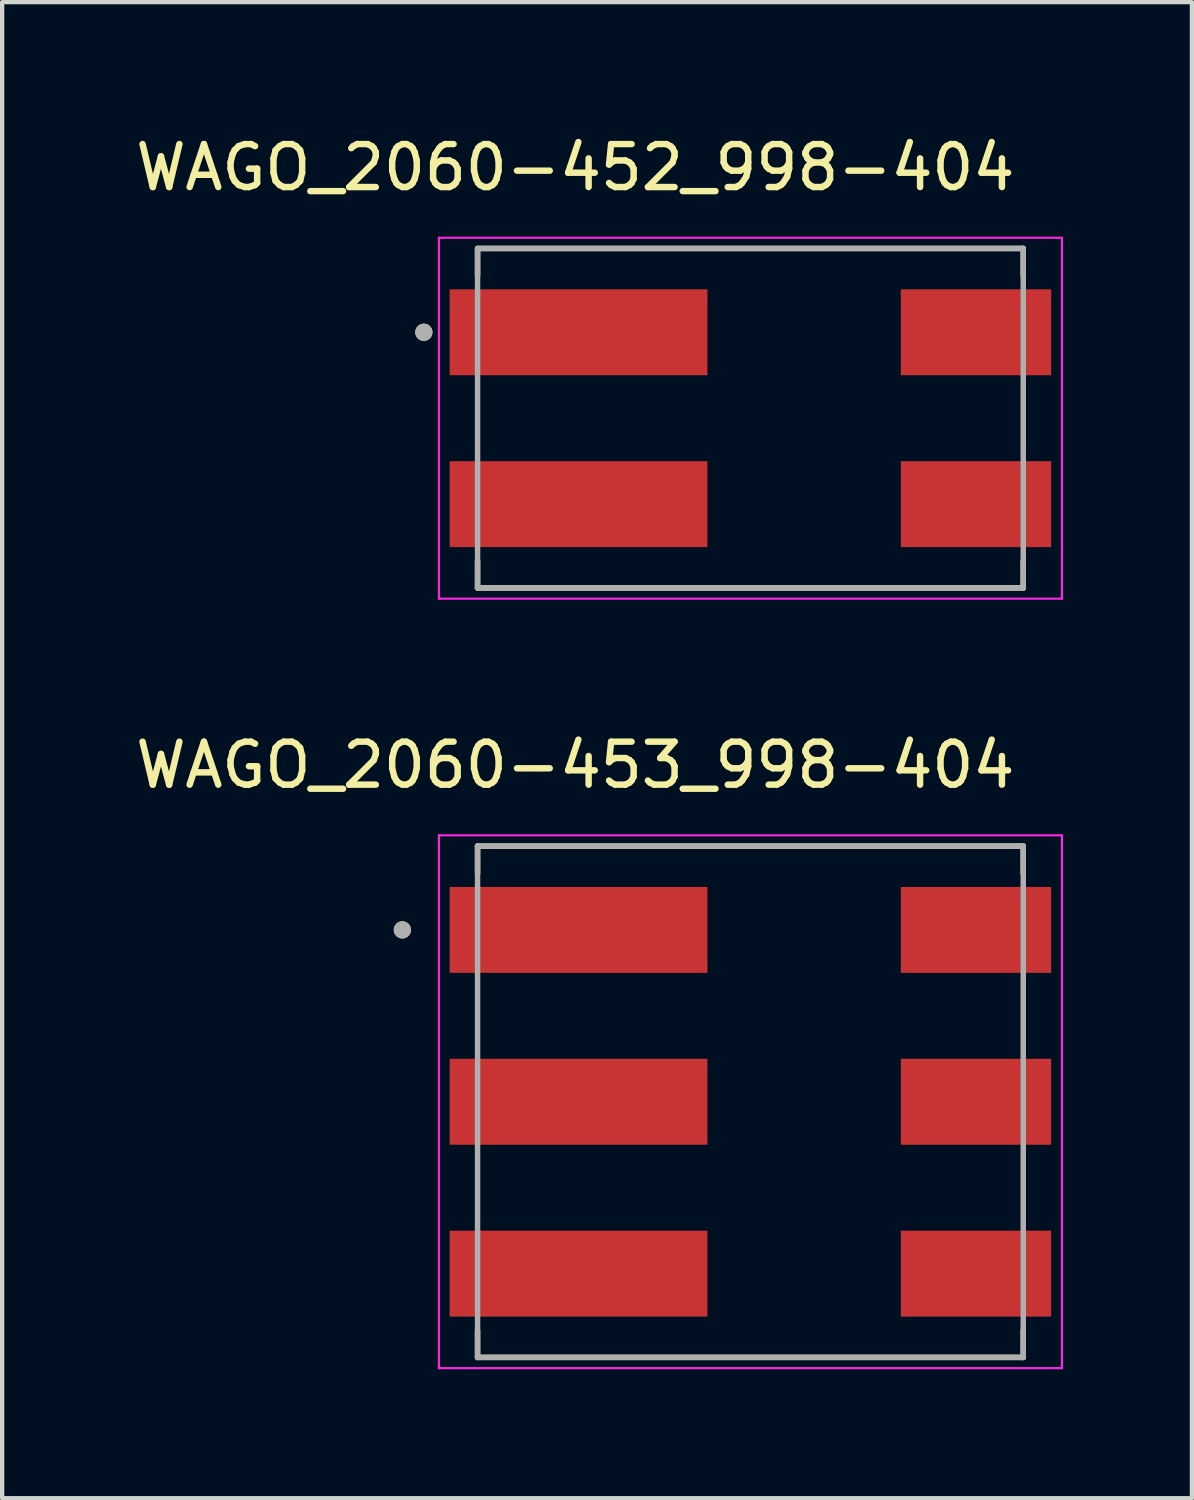
<source format=kicad_pcb>
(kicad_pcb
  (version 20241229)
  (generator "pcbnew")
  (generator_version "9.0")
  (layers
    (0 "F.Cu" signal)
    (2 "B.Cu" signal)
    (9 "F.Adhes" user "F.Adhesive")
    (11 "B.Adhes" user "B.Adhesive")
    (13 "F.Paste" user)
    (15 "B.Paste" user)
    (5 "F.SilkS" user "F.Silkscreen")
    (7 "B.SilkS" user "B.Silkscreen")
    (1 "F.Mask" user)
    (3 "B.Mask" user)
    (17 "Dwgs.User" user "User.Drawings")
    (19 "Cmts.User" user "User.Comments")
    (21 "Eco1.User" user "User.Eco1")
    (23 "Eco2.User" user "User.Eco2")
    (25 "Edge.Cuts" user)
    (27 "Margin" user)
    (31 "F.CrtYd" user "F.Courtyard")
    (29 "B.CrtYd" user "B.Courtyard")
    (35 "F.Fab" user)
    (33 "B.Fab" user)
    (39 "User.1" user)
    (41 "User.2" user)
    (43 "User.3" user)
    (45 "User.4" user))
  (footprint "WAGO_2060-452_998-404"
    (layer "F.Cu")
    (at 14.414 6.683)
    (property "Reference" "WAGO_2060-452_998-404" (at -4.075 -5.835 0) (layer "F.SilkS") (effects (font (size 1 1) (thickness 0.15))))
    (attr smd)
    (fp_line (start -6.35 -3.95) (end -6.35 -3.32) (stroke (width 0.127) (type solid)) (layer "F.SilkS"))
    (fp_line (start -6.35 3.95) (end -6.35 3.32) (stroke (width 0.127) (type solid)) (layer "F.SilkS"))
    (fp_line (start -6.35 3.95) (end 6.35 3.95) (stroke (width 0.127) (type solid)) (layer "F.SilkS"))
    (fp_line (start 6.35 -3.95) (end -6.35 -3.95) (stroke (width 0.127) (type solid)) (layer "F.SilkS"))
    (fp_line (start 6.35 -3.32) (end 6.35 -3.95) (stroke (width 0.127) (type solid)) (layer "F.SilkS"))
    (fp_line (start 6.35 3.95) (end 6.35 3.32) (stroke (width 0.127) (type solid)) (layer "F.SilkS"))
    (fp_circle (center -7.6 -2) (end -7.5 -2) (stroke (width 0.2) (type solid)) (fill no) (layer "F.SilkS"))
    (fp_line (start -7.25 -4.2) (end -7.25 4.2) (stroke (width 0.05) (type solid)) (layer "F.CrtYd"))
    (fp_line (start -7.25 4.2) (end 7.25 4.2) (stroke (width 0.05) (type solid)) (layer "F.CrtYd"))
    (fp_line (start 7.25 -4.2) (end -7.25 -4.2) (stroke (width 0.05) (type solid)) (layer "F.CrtYd"))
    (fp_line (start 7.25 4.2) (end 7.25 -4.2) (stroke (width 0.05) (type solid)) (layer "F.CrtYd"))
    (fp_line (start -6.35 -3.95) (end -6.35 3.95) (stroke (width 0.127) (type solid)) (layer "F.Fab"))
    (fp_line (start -6.35 3.95) (end 6.35 3.95) (stroke (width 0.127) (type solid)) (layer "F.Fab"))
    (fp_line (start 6.35 -3.95) (end -6.35 -3.95) (stroke (width 0.127) (type solid)) (layer "F.Fab"))
    (fp_line (start 6.35 3.95) (end 6.35 -3.95) (stroke (width 0.127) (type solid)) (layer "F.Fab"))
    (fp_circle (center -7.6 -2) (end -7.5 -2) (stroke (width 0.2) (type solid)) (fill no) (layer "F.Fab"))
    (pad "1" smd rect (at -4 -2) (size 6 2) (layers "F.Cu" "F.Mask" "F.Paste"))
    (pad "1" smd rect (at 5.25 -2) (size 3.5 2) (layers "F.Cu" "F.Mask" "F.Paste"))
    (pad "2" smd rect (at -4 2) (size 6 2) (layers "F.Cu" "F.Mask" "F.Paste"))
    (pad "2" smd rect (at 5.25 2) (size 3.5 2) (layers "F.Cu" "F.Mask" "F.Paste")))
  (footprint "WAGO_2060-453_998-404"
    (layer "F.Cu")
    (at 14.414 22.591)
    (property "Reference" "WAGO_2060-453_998-404" (at -4.075 -7.835 0) (layer "F.SilkS") (effects (font (size 1 1) (thickness 0.15))))
    (attr smd)
    (fp_line (start -6.35 -5.95) (end -6.35 -5.32) (stroke (width 0.127) (type solid)) (layer "F.SilkS"))
    (fp_line (start -6.35 5.95) (end -6.35 5.32) (stroke (width 0.127) (type solid)) (layer "F.SilkS"))
    (fp_line (start -6.35 5.95) (end 6.35 5.95) (stroke (width 0.127) (type solid)) (layer "F.SilkS"))
    (fp_line (start 6.35 -5.95) (end -6.35 -5.95) (stroke (width 0.127) (type solid)) (layer "F.SilkS"))
    (fp_line (start 6.35 -5.32) (end 6.35 -5.95) (stroke (width 0.127) (type solid)) (layer "F.SilkS"))
    (fp_line (start 6.35 5.95) (end 6.35 5.32) (stroke (width 0.127) (type solid)) (layer "F.SilkS"))
    (fp_circle (center -8.1 -4) (end -8 -4) (stroke (width 0.2) (type solid)) (fill no) (layer "F.SilkS"))
    (fp_line (start -7.25 -6.2) (end -7.25 6.2) (stroke (width 0.05) (type solid)) (layer "F.CrtYd"))
    (fp_line (start -7.25 6.2) (end 7.25 6.2) (stroke (width 0.05) (type solid)) (layer "F.CrtYd"))
    (fp_line (start 7.25 -6.2) (end -7.25 -6.2) (stroke (width 0.05) (type solid)) (layer "F.CrtYd"))
    (fp_line (start 7.25 6.2) (end 7.25 -6.2) (stroke (width 0.05) (type solid)) (layer "F.CrtYd"))
    (fp_line (start -6.35 -5.95) (end -6.35 5.95) (stroke (width 0.127) (type solid)) (layer "F.Fab"))
    (fp_line (start -6.35 5.95) (end 6.35 5.95) (stroke (width 0.127) (type solid)) (layer "F.Fab"))
    (fp_line (start 6.35 -5.95) (end -6.35 -5.95) (stroke (width 0.127) (type solid)) (layer "F.Fab"))
    (fp_line (start 6.35 5.95) (end 6.35 -5.95) (stroke (width 0.127) (type solid)) (layer "F.Fab"))
    (fp_circle (center -8.1 -4) (end -8 -4) (stroke (width 0.2) (type solid)) (fill no) (layer "F.Fab"))
    (pad "1_1" smd rect (at -4 -4) (size 6 2) (layers "F.Cu" "F.Mask" "F.Paste"))
    (pad "1_2" smd rect (at 5.25 -4) (size 3.5 2) (layers "F.Cu" "F.Mask" "F.Paste"))
    (pad "2_1" smd rect (at -4 0) (size 6 2) (layers "F.Cu" "F.Mask" "F.Paste"))
    (pad "2_2" smd rect (at 5.25 0) (size 3.5 2) (layers "F.Cu" "F.Mask" "F.Paste"))
    (pad "3_1" smd rect (at -4 4) (size 6 2) (layers "F.Cu" "F.Mask" "F.Paste"))
    (pad "3_2" smd rect (at 5.25 4) (size 3.5 2) (layers "F.Cu" "F.Mask" "F.Paste")))
  (gr_rect
    (start -3 -3)
    (end 24.689 31.817)
    (stroke (width 0.1) (type default))
    (fill no)
    (layer "Edge.Cuts")))
</source>
